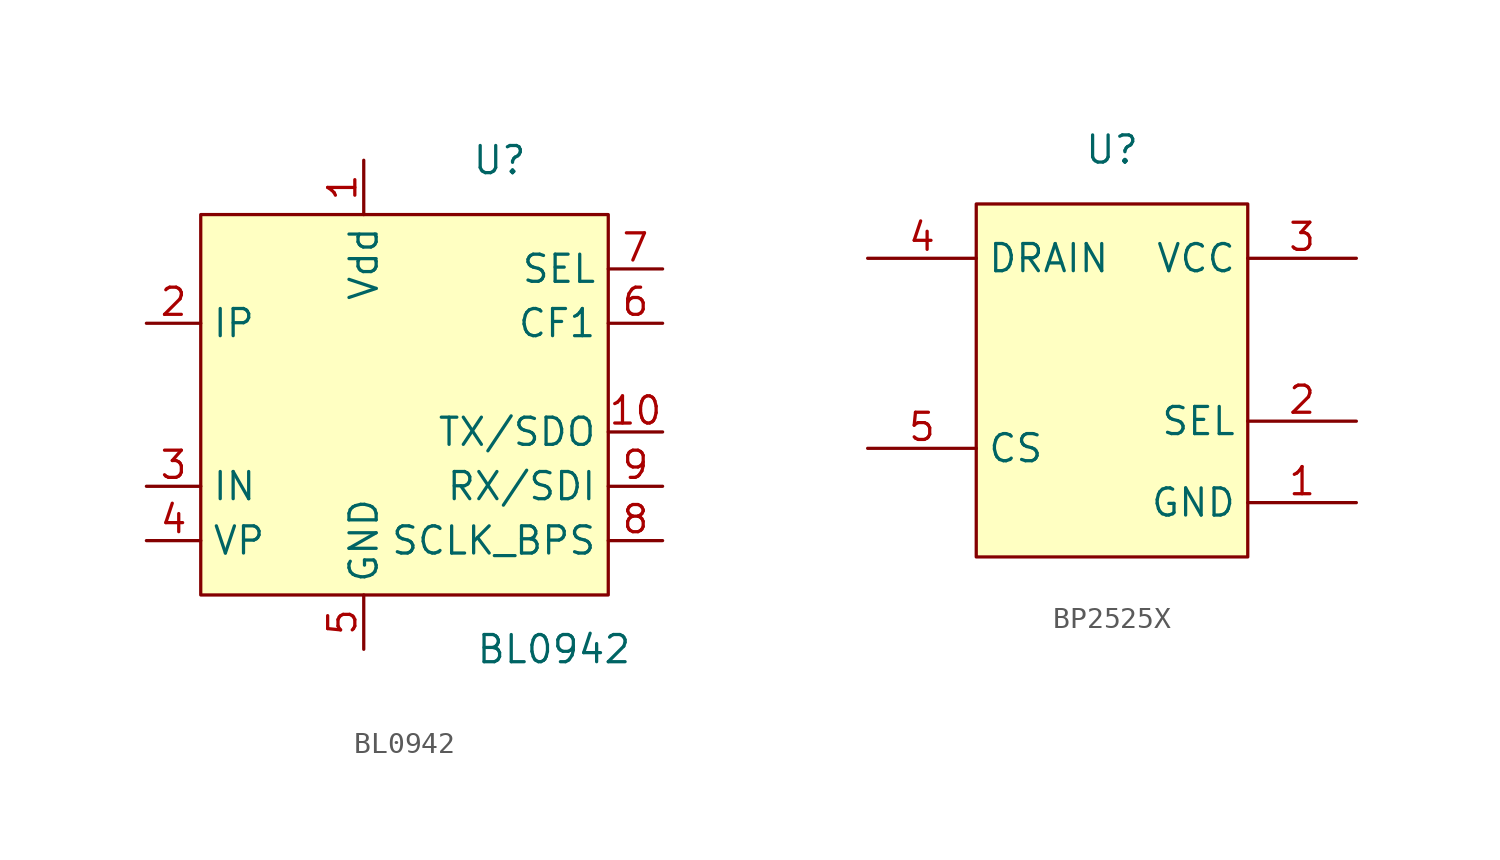
<source format=kicad_sym>
(kicad_symbol_lib
  (version 20231120)
  (generator "kicad_symbol_editor")
  (generator_version "8.0")
  (symbol "BL0942"
    (property "Reference" "U"
      (at 6.35 10.16 0)
      (effects (font (size 1.27 1.27))))
    (property "Value" "BL0942"
      (at 8.89 -12.7 0)
      (effects (font (size 1.27 1.27))))
    (symbol "BL0942_1_1"
      (rectangle (start -7.62 7.62) (end 11.43 -10.16) (stroke (width 0) (type default)) (fill (type background)))
      (pin power_in line (at 0 10.16 270) (length 2.54) (name "Vdd" (effects (font (size 1.27 1.27)))) (number "1" (effects (font (size 1.27 1.27)))))
      (pin output line (at 13.97 -2.54 180) (length 2.54) (name "TX/SDO" (effects (font (size 1.27 1.27)))) (number "10" (effects (font (size 1.27 1.27)))))
      (pin input line (at -10.16 2.54 0) (length 2.54) (name "IP" (effects (font (size 1.27 1.27)))) (number "2" (effects (font (size 1.27 1.27)))))
      (pin input line (at -10.16 -5.08 0) (length 2.54) (name "IN" (effects (font (size 1.27 1.27)))) (number "3" (effects (font (size 1.27 1.27)))))
      (pin input line (at -10.16 -7.62 0) (length 2.54) (name "VP" (effects (font (size 1.27 1.27)))) (number "4" (effects (font (size 1.27 1.27)))))
      (pin power_in line (at 0 -12.7 90) (length 2.54) (name "GND" (effects (font (size 1.27 1.27)))) (number "5" (effects (font (size 1.27 1.27)))))
      (pin output line (at 13.97 2.54 180) (length 2.54) (name "CF1" (effects (font (size 1.27 1.27)))) (number "6" (effects (font (size 1.27 1.27)))))
      (pin input line (at 13.97 5.08 180) (length 2.54) (name "SEL" (effects (font (size 1.27 1.27)))) (number "7" (effects (font (size 1.27 1.27)))))
      (pin input line (at 13.97 -7.62 180) (length 2.54) (name "SCLK_BPS" (effects (font (size 1.27 1.27)))) (number "8" (effects (font (size 1.27 1.27)))))
      (pin input line (at 13.97 -5.08 180) (length 2.54) (name "RX/SDI" (effects (font (size 1.27 1.27)))) (number "9" (effects (font (size 1.27 1.27)))))))
  (symbol "BP2525X"
    (property "Reference" "U"
      (at 6.35 19.05 0)
      (effects (font (size 1.27 1.27))))
    (property "Value" ""
      (at 5.08 15.24 0)
      (effects (font (size 1.27 1.27))))
    (symbol "BP2525X_1_1"
      (rectangle (start 0 16.51) (end 12.7 0) (stroke (width 0) (type default)) (fill (type background)))
      (pin passive line (at 17.78 2.54 180) (length 5.08) (name "GND" (effects (font (size 1.27 1.27)))) (number "1" (effects (font (size 1.27 1.27)))))
      (pin passive line (at 17.78 6.35 180) (length 5.08) (name "SEL" (effects (font (size 1.27 1.27)))) (number "2" (effects (font (size 1.27 1.27)))))
      (pin passive line (at 17.78 13.97 180) (length 5.08) (name "VCC" (effects (font (size 1.27 1.27)))) (number "3" (effects (font (size 1.27 1.27)))))
      (pin passive line (at -5.08 13.97 0) (length 5.08) (name "DRAIN" (effects (font (size 1.27 1.27)))) (number "4" (effects (font (size 1.27 1.27)))))
      (pin passive line (at -5.08 5.08 0) (length 5.08) (name "CS" (effects (font (size 1.27 1.27)))) (number "5" (effects (font (size 1.27 1.27))))))))
</source>
